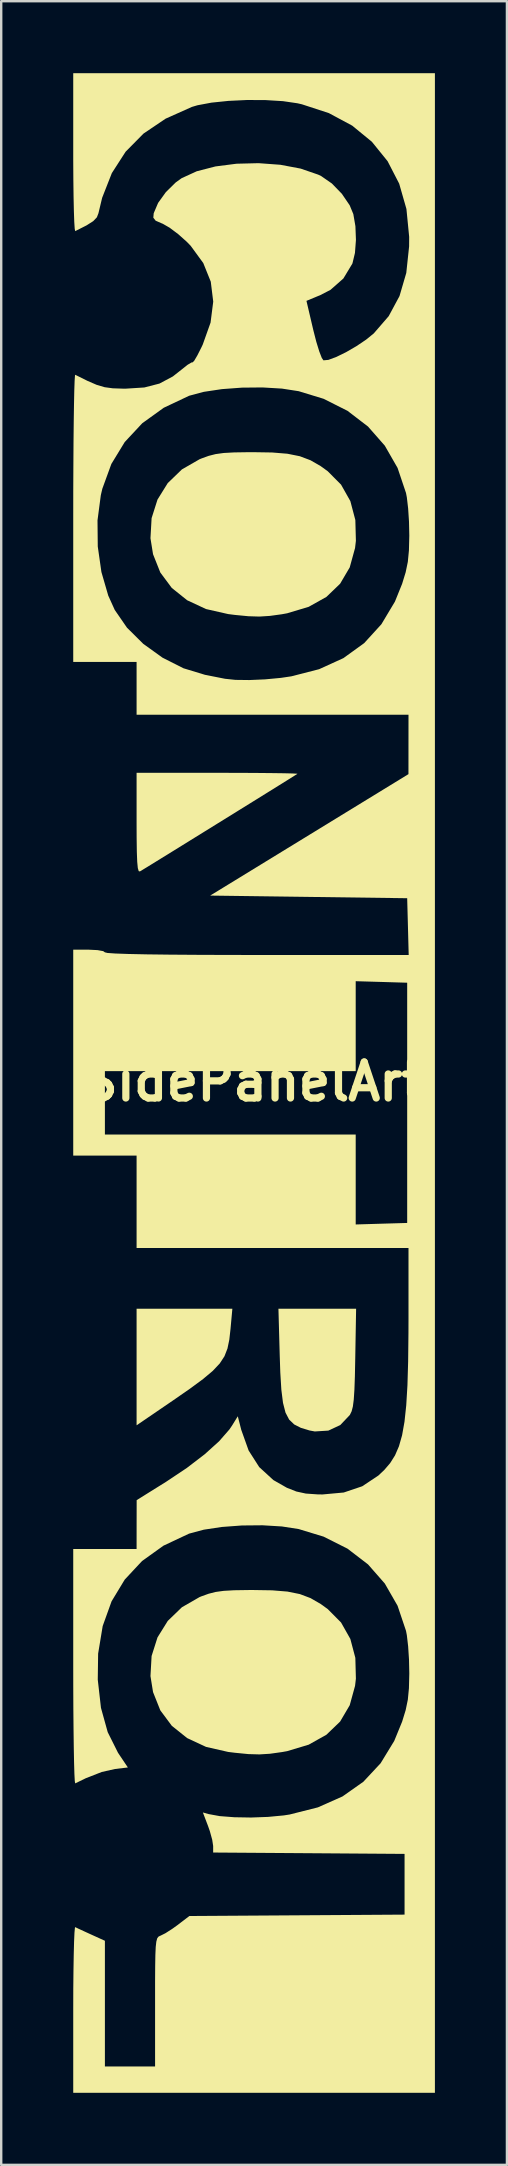
<source format=kicad_pcb>
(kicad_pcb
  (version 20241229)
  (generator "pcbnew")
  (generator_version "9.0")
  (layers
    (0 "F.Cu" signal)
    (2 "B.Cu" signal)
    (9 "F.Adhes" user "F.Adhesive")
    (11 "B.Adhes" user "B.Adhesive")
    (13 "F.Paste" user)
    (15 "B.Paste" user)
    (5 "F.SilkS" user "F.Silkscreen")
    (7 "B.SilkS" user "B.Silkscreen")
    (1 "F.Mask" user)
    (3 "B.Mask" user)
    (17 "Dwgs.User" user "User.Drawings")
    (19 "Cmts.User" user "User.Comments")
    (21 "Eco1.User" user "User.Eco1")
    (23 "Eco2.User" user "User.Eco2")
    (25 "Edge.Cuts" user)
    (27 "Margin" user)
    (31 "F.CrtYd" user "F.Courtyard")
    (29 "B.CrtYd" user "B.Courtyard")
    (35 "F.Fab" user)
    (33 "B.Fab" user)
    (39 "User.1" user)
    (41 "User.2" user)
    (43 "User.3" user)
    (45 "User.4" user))
  (footprint "SidePanelArt"
    (layer "F.Cu")
    (at 7.477 42.003)
    (property "Reference" "SidePanelArt" (at 0 0 0) (layer "F.SilkS") (effects (font (size 1.5 1.5) (thickness 0.3))))
    (attr board_only exclude_from_pos_files exclude_from_bom)
    (fp_poly (pts (xy -0.926 10.298) (xy -0.976 10.743) (xy -1.053 11.113) (xy -1.178 11.435) (xy -1.375 11.736) (xy -1.664 12.043) (xy -2.069 12.383) (xy -2.611 12.783) (xy -3.313 13.27) (xy -3.436 13.354) (xy -4.838 14.311) (xy -4.838 11.883) (xy -4.838 9.456) (xy -2.844 9.456) (xy -0.849 9.456)) (stroke (width 0) (type solid)) (fill yes) (layer "F.SilkS"))
    (fp_poly (pts (xy 4.269 11.523) (xy 4.254 12.272) (xy 4.234 12.834) (xy 4.207 13.241) (xy 4.17 13.528) (xy 4.119 13.725) (xy 4.051 13.867) (xy 4.039 13.886) (xy 3.646 14.3) (xy 3.149 14.532) (xy 2.586 14.567) (xy 2.364 14.526) (xy 2.005 14.417) (xy 1.726 14.275) (xy 1.516 14.073) (xy 1.364 13.782) (xy 1.26 13.376) (xy 1.191 12.827) (xy 1.147 12.108) (xy 1.124 11.408) (xy 1.07 9.456) (xy 2.688 9.456) (xy 4.305 9.456)) (stroke (width 0) (type solid)) (fill yes) (layer "F.SilkS"))
    (fp_poly (pts (xy -0.633 -12.864) (xy 0.123 -12.86) (xy 0.774 -12.854) (xy 1.295 -12.847) (xy 1.661 -12.838) (xy 1.844 -12.828) (xy 1.86 -12.823) (xy 1.763 -12.761) (xy 1.505 -12.599) (xy 1.112 -12.354) (xy 0.609 -12.041) (xy 0.023 -11.677) (xy -0.621 -11.278) (xy -1.297 -10.859) (xy -1.978 -10.437) (xy -2.639 -10.028) (xy -3.254 -9.647) (xy -3.797 -9.312) (xy -4.242 -9.037) (xy -4.564 -8.84) (xy -4.701 -8.757) (xy -4.75 -8.771) (xy -4.787 -8.898) (xy -4.812 -9.159) (xy -4.828 -9.578) (xy -4.836 -10.177) (xy -4.838 -10.769) (xy -4.838 -12.865) (xy -1.466 -12.865)) (stroke (width 0) (type solid)) (fill yes) (layer "F.SilkS"))
    (fp_poly (pts (xy 0.807 -26.207) (xy 1.444 -26.155) (xy 1.961 -26.051) (xy 2.406 -25.883) (xy 2.829 -25.639) (xy 3.122 -25.427) (xy 3.678 -24.868) (xy 4.065 -24.182) (xy 4.273 -23.394) (xy 4.296 -22.527) (xy 4.261 -22.228) (xy 4.039 -21.421) (xy 3.638 -20.74) (xy 3.067 -20.191) (xy 2.33 -19.779) (xy 1.434 -19.51) (xy 1.21 -19.469) (xy 0.715 -19.401) (xy 0.279 -19.373) (xy -0.18 -19.387) (xy -0.741 -19.441) (xy -1.025 -19.477) (xy -1.946 -19.686) (xy -2.733 -20.053) (xy -3.372 -20.565) (xy -3.85 -21.208) (xy -4.153 -21.97) (xy -4.26 -22.635) (xy -4.213 -23.471) (xy -3.967 -24.246) (xy -3.54 -24.933) (xy -2.951 -25.502) (xy -2.218 -25.924) (xy -2.138 -25.957) (xy -1.837 -26.066) (xy -1.546 -26.14) (xy -1.211 -26.186) (xy -0.778 -26.21) (xy -0.194 -26.219) (xy 0 -26.22)) (stroke (width 0) (type solid)) (fill yes) (layer "F.SilkS"))
    (fp_poly (pts (xy 0.807 21.184) (xy 1.444 21.236) (xy 1.961 21.34) (xy 2.406 21.508) (xy 2.829 21.753) (xy 3.122 21.964) (xy 3.678 22.524) (xy 4.065 23.209) (xy 4.273 23.997) (xy 4.296 24.864) (xy 4.261 25.163) (xy 4.039 25.97) (xy 3.638 26.651) (xy 3.067 27.2) (xy 2.33 27.613) (xy 1.434 27.882) (xy 1.21 27.922) (xy 0.715 27.991) (xy 0.279 28.018) (xy -0.18 28.005) (xy -0.741 27.95) (xy -1.025 27.915) (xy -1.946 27.705) (xy -2.733 27.338) (xy -3.372 26.826) (xy -3.85 26.183) (xy -4.153 25.422) (xy -4.26 24.756) (xy -4.213 23.92) (xy -3.967 23.145) (xy -3.54 22.458) (xy -2.951 21.889) (xy -2.218 21.467) (xy -2.138 21.434) (xy -1.837 21.326) (xy -1.546 21.252) (xy -1.211 21.206) (xy -0.778 21.181) (xy -0.194 21.172) (xy 0 21.171)) (stroke (width 0) (type solid)) (fill yes) (layer "F.SilkS"))
    (fp_poly (pts (xy 7.587 0.055) (xy 7.587 42.113) (xy 0.055 42.113) (xy -7.477 42.113) (xy -7.477 38.641) (xy -7.475 37.794) (xy -7.467 37.025) (xy -7.456 36.359) (xy -7.442 35.822) (xy -7.425 35.44) (xy -7.406 35.237) (xy -7.395 35.212) (xy -7.256 35.279) (xy -6.984 35.404) (xy -6.735 35.518) (xy -6.158 35.78) (xy -6.158 38.397) (xy -6.158 41.014) (xy -5.113 41.014) (xy -4.068 41.014) (xy -4.068 38.327) (xy -4.068 37.491) (xy -4.064 36.847) (xy -4.056 36.371) (xy -4.041 36.036) (xy -4.016 35.816) (xy -3.981 35.683) (xy -3.931 35.612) (xy -3.867 35.577) (xy -3.846 35.57) (xy -3.636 35.465) (xy -3.336 35.272) (xy -3.132 35.124) (xy -2.64 34.749) (xy 1.841 34.72) (xy 6.323 34.691) (xy 6.323 33.427) (xy 6.323 32.162) (xy 2.337 32.133) (xy -1.649 32.105) (xy -1.649 31.832) (xy -1.688 31.574) (xy -1.787 31.215) (xy -1.863 30.998) (xy -2.077 30.436) (xy -1.835 30.504) (xy -1.376 30.588) (xy -0.766 30.635) (xy -0.073 30.647) (xy 0.636 30.621) (xy 1.294 30.559) (xy 1.537 30.521) (xy 2.713 30.224) (xy 3.736 29.77) (xy 4.606 29.158) (xy 5.325 28.387) (xy 5.893 27.456) (xy 6.222 26.653) (xy 6.369 26.173) (xy 6.459 25.74) (xy 6.505 25.264) (xy 6.52 24.661) (xy 6.52 24.63) (xy 6.508 24.069) (xy 6.472 23.515) (xy 6.418 23.053) (xy 6.383 22.871) (xy 6.032 21.827) (xy 5.5 20.901) (xy 4.801 20.104) (xy 3.947 19.449) (xy 2.951 18.948) (xy 1.913 18.632) (xy 1.214 18.524) (xy 0.405 18.475) (xy -0.449 18.483) (xy -1.285 18.545) (xy -2.037 18.658) (xy -2.641 18.82) (xy -2.659 18.826) (xy -3.718 19.324) (xy -4.61 19.963) (xy -5.332 20.737) (xy -5.88 21.642) (xy -6.25 22.672) (xy -6.44 23.821) (xy -6.455 24.905) (xy -6.322 26.078) (xy -6.041 27.091) (xy -5.613 27.948) (xy -5.567 28.017) (xy -5.201 28.562) (xy -5.734 28.625) (xy -6.289 28.75) (xy -6.955 29.011) (xy -7.395 29.225) (xy -7.412 29.127) (xy -7.428 28.832) (xy -7.442 28.36) (xy -7.454 27.734) (xy -7.464 26.975) (xy -7.472 26.105) (xy -7.476 25.145) (xy -7.477 24.365) (xy -7.477 19.462) (xy -6.158 19.462) (xy -4.838 19.462) (xy -4.837 18.445) (xy -4.835 17.428) (xy -3.607 16.662) (xy -2.748 16.089) (xy -2.004 15.519) (xy -1.402 14.976) (xy -0.97 14.481) (xy -0.865 14.326) (xy -0.623 13.935) (xy -0.479 14.499) (xy -0.172 15.36) (xy 0.27 16.052) (xy 0.859 16.592) (xy 1.42 16.912) (xy 1.815 17.068) (xy 2.211 17.154) (xy 2.701 17.188) (xy 2.905 17.191) (xy 3.79 17.11) (xy 4.558 16.851) (xy 5.231 16.404) (xy 5.481 16.168) (xy 5.723 15.885) (xy 5.925 15.564) (xy 6.089 15.185) (xy 6.22 14.725) (xy 6.32 14.163) (xy 6.393 13.478) (xy 6.443 12.647) (xy 6.472 11.65) (xy 6.485 10.464) (xy 6.487 9.869) (xy 6.487 6.927) (xy 0.825 6.927) (xy -4.838 6.927) (xy -4.838 5.003) (xy -4.838 3.079) (xy -6.158 3.079) (xy -7.477 3.079) (xy -7.477 -0.44) (xy -6.158 -0.44) (xy -6.158 0.88) (xy -6.158 2.199) (xy -0.935 2.199) (xy 4.288 2.199) (xy 4.288 4.072) (xy 4.288 5.946) (xy 5.36 5.914) (xy 6.432 5.883) (xy 6.432 0.88) (xy 6.432 -4.123) (xy 5.36 -4.155) (xy 4.288 -4.186) (xy 4.288 -2.313) (xy 4.288 -0.44) (xy -0.935 -0.44) (xy -6.158 -0.44) (xy -7.477 -0.44) (xy -7.477 -1.21) (xy -7.477 -5.498) (xy -6.817 -5.498) (xy -6.466 -5.481) (xy -6.228 -5.438) (xy -6.158 -5.388) (xy -6.048 -5.362) (xy -5.722 -5.339) (xy -5.181 -5.32) (xy -4.429 -5.304) (xy -3.469 -5.292) (xy -2.303 -5.284) (xy -0.935 -5.279) (xy 0.169 -5.278) (xy 6.495 -5.278) (xy 6.464 -6.46) (xy 6.432 -7.642) (xy 2.33 -7.697) (xy -1.773 -7.752) (xy 2.356 -10.281) (xy 6.485 -12.81) (xy 6.486 -14.047) (xy 6.487 -15.284) (xy 0.825 -15.284) (xy -4.838 -15.284) (xy -4.838 -16.384) (xy -4.838 -17.483) (xy -6.158 -17.483) (xy -7.477 -17.483) (xy -7.477 -23.379) (xy -6.466 -23.379) (xy -6.455 -22.292) (xy -6.303 -21.227) (xy -6.018 -20.245) (xy -5.748 -19.649) (xy -5.239 -18.911) (xy -4.56 -18.237) (xy -3.76 -17.662) (xy -2.887 -17.22) (xy -1.99 -16.947) (xy -1.979 -16.945) (xy -1.6 -16.87) (xy -1.282 -16.807) (xy -1.155 -16.782) (xy -0.722 -16.736) (xy -0.143 -16.729) (xy 0.51 -16.757) (xy 1.168 -16.819) (xy 1.607 -16.884) (xy 2.764 -17.181) (xy 3.776 -17.642) (xy 4.641 -18.267) (xy 5.357 -19.052) (xy 5.922 -19.996) (xy 6.222 -20.739) (xy 6.369 -21.218) (xy 6.459 -21.652) (xy 6.505 -22.127) (xy 6.52 -22.731) (xy 6.52 -22.761) (xy 6.508 -23.323) (xy 6.472 -23.876) (xy 6.418 -24.338) (xy 6.383 -24.52) (xy 6.032 -25.564) (xy 5.5 -26.491) (xy 4.801 -27.287) (xy 3.947 -27.942) (xy 2.951 -28.443) (xy 1.913 -28.76) (xy 1.214 -28.868) (xy 0.405 -28.916) (xy -0.449 -28.908) (xy -1.285 -28.846) (xy -2.037 -28.733) (xy -2.641 -28.572) (xy -2.659 -28.565) (xy -3.708 -28.069) (xy -4.602 -27.425) (xy -5.332 -26.642) (xy -5.889 -25.729) (xy -6.265 -24.697) (xy -6.328 -24.429) (xy -6.466 -23.379) (xy -7.477 -23.379) (xy -7.477 -23.485) (xy -7.476 -24.609) (xy -7.471 -25.663) (xy -7.465 -26.628) (xy -7.456 -27.483) (xy -7.445 -28.208) (xy -7.433 -28.785) (xy -7.419 -29.192) (xy -7.404 -29.412) (xy -7.395 -29.444) (xy -6.884 -29.19) (xy -6.498 -29.023) (xy -6.169 -28.926) (xy -5.83 -28.88) (xy -5.413 -28.866) (xy -5.278 -28.866) (xy -4.514 -28.915) (xy -3.886 -29.077) (xy -3.328 -29.374) (xy -2.952 -29.67) (xy -2.713 -29.86) (xy -2.546 -29.958) (xy -2.507 -29.959) (xy -2.439 -30.026) (xy -2.308 -30.249) (xy -2.137 -30.587) (xy -2.082 -30.704) (xy -1.757 -31.617) (xy -1.646 -32.491) (xy -1.748 -33.32) (xy -2.061 -34.097) (xy -2.585 -34.815) (xy -2.745 -34.98) (xy -3.102 -35.299) (xy -3.462 -35.569) (xy -3.753 -35.736) (xy -3.781 -35.746) (xy -4.044 -35.861) (xy -4.141 -35.985) (xy -4.125 -36.172) (xy -3.942 -36.602) (xy -3.617 -37.053) (xy -3.209 -37.454) (xy -2.963 -37.631) (xy -2.332 -37.92) (xy -1.552 -38.121) (xy -0.676 -38.234) (xy 0.242 -38.257) (xy 1.15 -38.19) (xy 1.995 -38.031) (xy 2.724 -37.78) (xy 2.851 -37.719) (xy 3.295 -37.411) (xy 3.711 -36.982) (xy 4.036 -36.505) (xy 4.189 -36.137) (xy 4.276 -35.631) (xy 4.298 -35.062) (xy 4.257 -34.519) (xy 4.155 -34.093) (xy 4.146 -34.069) (xy 3.774 -33.453) (xy 3.239 -32.982) (xy 2.821 -32.765) (xy 2.237 -32.522) (xy 2.522 -31.306) (xy 2.647 -30.818) (xy 2.771 -30.415) (xy 2.877 -30.142) (xy 2.945 -30.045) (xy 3.151 -30.064) (xy 3.482 -30.187) (xy 3.889 -30.386) (xy 4.319 -30.636) (xy 4.723 -30.908) (xy 5.041 -31.167) (xy 5.663 -31.886) (xy 6.113 -32.723) (xy 6.395 -33.687) (xy 6.512 -34.788) (xy 6.515 -35.186) (xy 6.401 -36.349) (xy 6.099 -37.404) (xy 5.616 -38.34) (xy 4.961 -39.149) (xy 4.142 -39.82) (xy 3.168 -40.343) (xy 2.047 -40.709) (xy 1.859 -40.752) (xy 1.258 -40.84) (xy 0.539 -40.884) (xy -0.237 -40.888) (xy -1.01 -40.851) (xy -1.719 -40.778) (xy -2.302 -40.669) (xy -2.534 -40.6) (xy -3.63 -40.11) (xy -4.55 -39.489) (xy -5.295 -38.734) (xy -5.869 -37.843) (xy -6.273 -36.814) (xy -6.427 -36.17) (xy -6.493 -36.001) (xy -6.645 -35.842) (xy -6.922 -35.666) (xy -7.364 -35.442) (xy -7.395 -35.427) (xy -7.415 -35.523) (xy -7.434 -35.811) (xy -7.45 -36.267) (xy -7.463 -36.864) (xy -7.472 -37.575) (xy -7.477 -38.373) (xy -7.477 -38.696) (xy -7.477 -42.003) (xy 0.055 -42.003) (xy 7.587 -42.003)) (stroke (width 0) (type solid)) (fill yes) (layer "F.SilkS")))
  (gr_rect
    (start -3 -3)
    (end 18.064 87.117)
    (stroke (width 0.1) (type default))
    (fill no)
    (layer "Edge.Cuts")))
</source>
